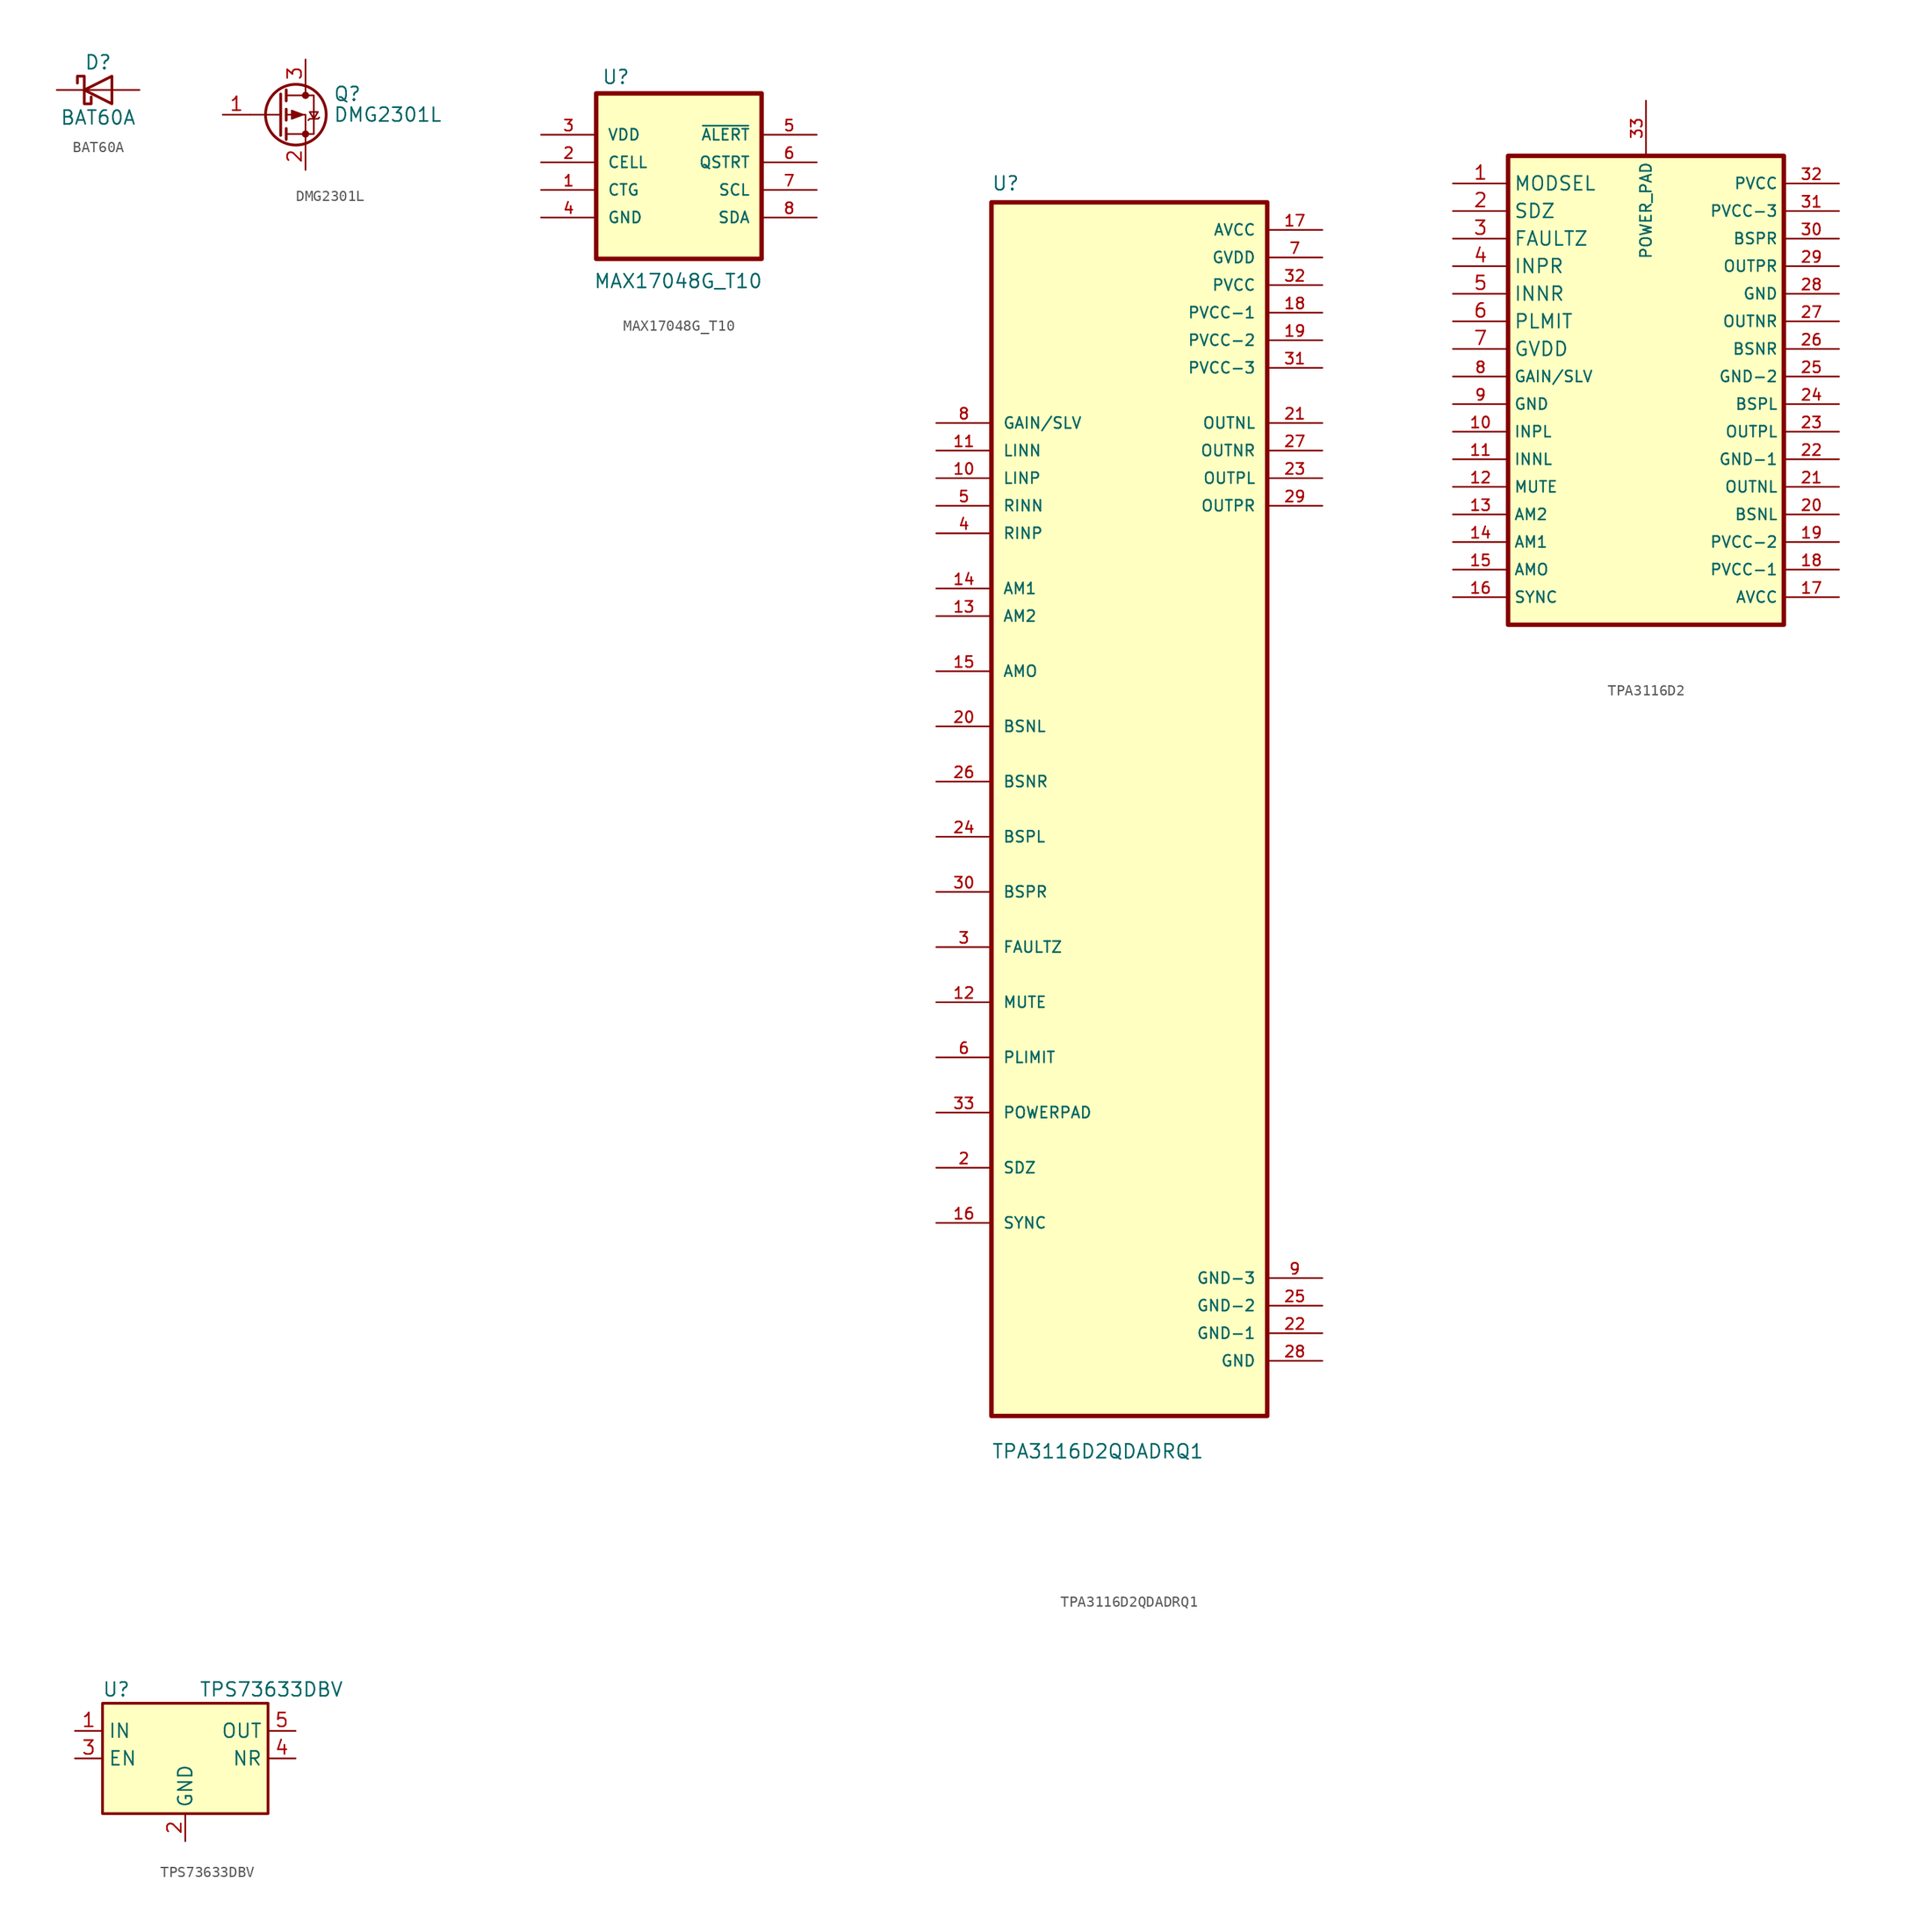
<source format=kicad_sym>
(kicad_symbol_lib
  (version 20241209)
  (generator "kicad_symbol_editor")
  (generator_version "9.0")
  (symbol "BAT60A"
    (pin_numbers
      (hide yes))
    (pin_names
      (offset 1.016)
      (hide yes))
    (property "Reference" "D"
      (at 0 2.54 0)
      (effects (font (size 1.27 1.27))))
    (property "Value" "BAT60A"
      (at 0 -2.54 0)
      (effects (font (size 1.27 1.27))))
    (symbol "BAT60A_0_1"
      (polyline (pts (xy -1.905 0.635) (xy -1.905 1.27) (xy -1.27 1.27) (xy -1.27 -1.27) (xy -0.635 -1.27) (xy -0.635 -0.635)) (stroke (width 0.254) (type default)) (fill (type none)))
      (polyline (pts (xy 1.27 1.27) (xy 1.27 -1.27) (xy -1.27 0) (xy 1.27 1.27)) (stroke (width 0.254) (type default)) (fill (type none)))
      (polyline (pts (xy 1.27 0) (xy -1.27 0)) (stroke (width 0) (type default)) (fill (type none))))
    (symbol "BAT60A_1_1"
      (pin passive line (at -3.81 0 0) (length 2.54) (name "K" (effects (font (size 1.27 1.27)))) (number "1" (effects (font (size 1.27 1.27)))))
      (pin passive line (at 3.81 0 180) (length 2.54) (name "A" (effects (font (size 1.27 1.27)))) (number "2" (effects (font (size 1.27 1.27)))))))
  (symbol "DMG2301L"
    (pin_names
      (hide yes))
    (property "Reference" "Q"
      (at 5.08 1.905 0)
      (effects (font (size 1.27 1.27)) (justify left)))
    (property "Value" "DMG2301L"
      (at 5.08 0 0)
      (effects (font (size 1.27 1.27)) (justify left)))
    (symbol "DMG2301L_0_1"
      (polyline (pts (xy 0.254 1.905) (xy 0.254 -1.905)) (stroke (width 0.254) (type default)) (fill (type none)))
      (polyline (pts (xy 0.254 0) (xy -2.54 0)) (stroke (width 0) (type default)) (fill (type none)))
      (polyline (pts (xy 0.762 2.286) (xy 0.762 1.27)) (stroke (width 0.254) (type default)) (fill (type none)))
      (polyline (pts (xy 0.762 1.778) (xy 3.302 1.778) (xy 3.302 -1.778) (xy 0.762 -1.778)) (stroke (width 0) (type default)) (fill (type none)))
      (polyline (pts (xy 0.762 0.508) (xy 0.762 -0.508)) (stroke (width 0.254) (type default)) (fill (type none)))
      (polyline (pts (xy 0.762 -1.27) (xy 0.762 -2.286)) (stroke (width 0.254) (type default)) (fill (type none)))
      (circle (center 1.651 0) (radius 2.794) (stroke (width 0.254) (type default)) (fill (type none)))
      (polyline (pts (xy 2.286 0) (xy 1.27 0.381) (xy 1.27 -0.381) (xy 2.286 0)) (stroke (width 0) (type default)) (fill (type outline)))
      (polyline (pts (xy 2.54 2.54) (xy 2.54 1.778)) (stroke (width 0) (type default)) (fill (type none)))
      (circle (center 2.54 1.778) (radius 0.254) (stroke (width 0) (type default)) (fill (type outline)))
      (circle (center 2.54 -1.778) (radius 0.254) (stroke (width 0) (type default)) (fill (type outline)))
      (polyline (pts (xy 2.54 -2.54) (xy 2.54 0) (xy 0.762 0)) (stroke (width 0) (type default)) (fill (type none)))
      (polyline (pts (xy 2.794 -0.508) (xy 2.921 -0.381) (xy 3.683 -0.381) (xy 3.81 -0.254)) (stroke (width 0) (type default)) (fill (type none)))
      (polyline (pts (xy 3.302 -0.381) (xy 2.921 0.254) (xy 3.683 0.254) (xy 3.302 -0.381)) (stroke (width 0) (type default)) (fill (type none))))
    (symbol "DMG2301L_1_1"
      (pin input line (at -5.08 0 0) (length 2.54) (name "G" (effects (font (size 1.27 1.27)))) (number "1" (effects (font (size 1.27 1.27)))))
      (pin passive line (at 2.54 5.08 270) (length 2.54) (name "D" (effects (font (size 1.27 1.27)))) (number "3" (effects (font (size 1.27 1.27)))))
      (pin passive line (at 2.54 -5.08 90) (length 2.54) (name "S" (effects (font (size 1.27 1.27)))) (number "2" (effects (font (size 1.27 1.27)))))))
  (symbol "MAX17048G_T10"
    (pin_names
      (offset 1.016))
    (property "Reference" "U"
      (at -7.112 8.382 0)
      (effects (font (size 1.27 1.27)) (justify left bottom)))
    (property "Value" "MAX17048G_T10"
      (at -7.874 -10.414 0)
      (effects (font (size 1.27 1.27)) (justify left bottom)))
    (symbol "MAX17048G_T10_0_0"
      (rectangle (start -7.62 7.62) (end 7.62 -7.62) (stroke (width 0.41) (type default)) (fill (type background)))
      (pin power_in line (at -12.7 3.81 0) (length 5.08) (name "VDD" (effects (font (size 1.016 1.016)))) (number "3" (effects (font (size 1.016 1.016)))))
      (pin power_in line (at -12.7 1.27 0) (length 5.08) (name "CELL" (effects (font (size 1.016 1.016)))) (number "2" (effects (font (size 1.016 1.016)))))
      (pin power_in line (at -12.7 -1.27 0) (length 5.08) (name "CTG" (effects (font (size 1.016 1.016)))) (number "1" (effects (font (size 1.016 1.016)))))
      (pin power_in line (at -12.7 -3.81 0) (length 5.08) (name "GND" (effects (font (size 1.016 1.016)))) (number "4" (effects (font (size 1.016 1.016)))))
      (pin output line (at 12.7 3.81 180) (length 5.08) (name "~{ALERT}" (effects (font (size 1.016 1.016)))) (number "5" (effects (font (size 1.016 1.016)))))
      (pin input line (at 12.7 1.27 180) (length 5.08) (name "QSTRT" (effects (font (size 1.016 1.016)))) (number "6" (effects (font (size 1.016 1.016)))))
      (pin input line (at 12.7 -1.27 180) (length 5.08) (name "SCL" (effects (font (size 1.016 1.016)))) (number "7" (effects (font (size 1.016 1.016)))))
      (pin bidirectional line (at 12.7 -3.81 180) (length 5.08) (name "SDA" (effects (font (size 1.016 1.016)))) (number "8" (effects (font (size 1.016 1.016)))))))
  (symbol "TPA3116D2QDADRQ1"
    (pin_names
      (offset 1.016))
    (property "Reference" "U"
      (at -12.7 56.88 0)
      (effects (font (size 1.27 1.27)) (justify left bottom)))
    (property "Value" "TPA3116D2QDADRQ1"
      (at -12.7 -59.88 0)
      (effects (font (size 1.27 1.27)) (justify left bottom)))
    (symbol "TPA3116D2QDADRQ1_0_0"
      (rectangle (start -12.7 -55.88) (end 12.7 55.88) (stroke (width 0.41) (type default)) (fill (type background)))
      (pin input line (at -17.78 35.56 0) (length 5.08) (name "GAIN/SLV" (effects (font (size 1.016 1.016)))) (number "8" (effects (font (size 1.016 1.016)))))
      (pin input line (at -17.78 33.02 0) (length 5.08) (name "LINN" (effects (font (size 1.016 1.016)))) (number "11" (effects (font (size 1.016 1.016)))))
      (pin input line (at -17.78 30.48 0) (length 5.08) (name "LINP" (effects (font (size 1.016 1.016)))) (number "10" (effects (font (size 1.016 1.016)))))
      (pin input line (at -17.78 27.94 0) (length 5.08) (name "RINN" (effects (font (size 1.016 1.016)))) (number "5" (effects (font (size 1.016 1.016)))))
      (pin input line (at -17.78 25.4 0) (length 5.08) (name "RINP" (effects (font (size 1.016 1.016)))) (number "4" (effects (font (size 1.016 1.016)))))
      (pin bidirectional line (at -17.78 20.32 0) (length 5.08) (name "AM1" (effects (font (size 1.016 1.016)))) (number "14" (effects (font (size 1.016 1.016)))))
      (pin bidirectional line (at -17.78 17.78 0) (length 5.08) (name "AM2" (effects (font (size 1.016 1.016)))) (number "13" (effects (font (size 1.016 1.016)))))
      (pin bidirectional line (at -17.78 12.7 0) (length 5.08) (name "AMO" (effects (font (size 1.016 1.016)))) (number "15" (effects (font (size 1.016 1.016)))))
      (pin bidirectional line (at -17.78 7.62 0) (length 5.08) (name "BSNL" (effects (font (size 1.016 1.016)))) (number "20" (effects (font (size 1.016 1.016)))))
      (pin bidirectional line (at -17.78 2.54 0) (length 5.08) (name "BSNR" (effects (font (size 1.016 1.016)))) (number "26" (effects (font (size 1.016 1.016)))))
      (pin bidirectional line (at -17.78 -2.54 0) (length 5.08) (name "BSPL" (effects (font (size 1.016 1.016)))) (number "24" (effects (font (size 1.016 1.016)))))
      (pin bidirectional line (at -17.78 -7.62 0) (length 5.08) (name "BSPR" (effects (font (size 1.016 1.016)))) (number "30" (effects (font (size 1.016 1.016)))))
      (pin bidirectional line (at -17.78 -12.7 0) (length 5.08) (name "FAULTZ" (effects (font (size 1.016 1.016)))) (number "3" (effects (font (size 1.016 1.016)))))
      (pin bidirectional line (at -17.78 -17.78 0) (length 5.08) (name "MUTE" (effects (font (size 1.016 1.016)))) (number "12" (effects (font (size 1.016 1.016)))))
      (pin bidirectional line (at -17.78 -22.86 0) (length 5.08) (name "PLIMIT" (effects (font (size 1.016 1.016)))) (number "6" (effects (font (size 1.016 1.016)))))
      (pin bidirectional line (at -17.78 -27.94 0) (length 5.08) (name "POWERPAD" (effects (font (size 1.016 1.016)))) (number "33" (effects (font (size 1.016 1.016)))))
      (pin bidirectional line (at -17.78 -33.02 0) (length 5.08) (name "SDZ" (effects (font (size 1.016 1.016)))) (number "2" (effects (font (size 1.016 1.016)))))
      (pin bidirectional line (at -17.78 -38.1 0) (length 5.08) (name "SYNC" (effects (font (size 1.016 1.016)))) (number "16" (effects (font (size 1.016 1.016)))))
      (pin power_in line (at 17.78 53.34 180) (length 5.08) (name "AVCC" (effects (font (size 1.016 1.016)))) (number "17" (effects (font (size 1.016 1.016)))))
      (pin power_in line (at 17.78 50.8 180) (length 5.08) (name "GVDD" (effects (font (size 1.016 1.016)))) (number "7" (effects (font (size 1.016 1.016)))))
      (pin power_in line (at 17.78 48.26 180) (length 5.08) (name "PVCC" (effects (font (size 1.016 1.016)))) (number "32" (effects (font (size 1.016 1.016)))))
      (pin power_in line (at 17.78 45.72 180) (length 5.08) (name "PVCC-1" (effects (font (size 1.016 1.016)))) (number "18" (effects (font (size 1.016 1.016)))))
      (pin power_in line (at 17.78 43.18 180) (length 5.08) (name "PVCC-2" (effects (font (size 1.016 1.016)))) (number "19" (effects (font (size 1.016 1.016)))))
      (pin power_in line (at 17.78 40.64 180) (length 5.08) (name "PVCC-3" (effects (font (size 1.016 1.016)))) (number "31" (effects (font (size 1.016 1.016)))))
      (pin output line (at 17.78 35.56 180) (length 5.08) (name "OUTNL" (effects (font (size 1.016 1.016)))) (number "21" (effects (font (size 1.016 1.016)))))
      (pin output line (at 17.78 33.02 180) (length 5.08) (name "OUTNR" (effects (font (size 1.016 1.016)))) (number "27" (effects (font (size 1.016 1.016)))))
      (pin output line (at 17.78 30.48 180) (length 5.08) (name "OUTPL" (effects (font (size 1.016 1.016)))) (number "23" (effects (font (size 1.016 1.016)))))
      (pin output line (at 17.78 27.94 180) (length 5.08) (name "OUTPR" (effects (font (size 1.016 1.016)))) (number "29" (effects (font (size 1.016 1.016)))))
      (pin power_in line (at 17.78 -43.18 180) (length 5.08) (name "GND-3" (effects (font (size 1.016 1.016)))) (number "9" (effects (font (size 1.016 1.016)))))
      (pin power_in line (at 17.78 -45.72 180) (length 5.08) (name "GND-2" (effects (font (size 1.016 1.016)))) (number "25" (effects (font (size 1.016 1.016)))))
      (pin power_in line (at 17.78 -48.26 180) (length 5.08) (name "GND-1" (effects (font (size 1.016 1.016)))) (number "22" (effects (font (size 1.016 1.016)))))
      (pin power_in line (at 17.78 -50.8 180) (length 5.08) (name "GND" (effects (font (size 1.016 1.016)))) (number "28" (effects (font (size 1.016 1.016)))))))
  (symbol "TPA3116D2"
    (property "Reference" "U"
      (at -11.43 24.13 0)
      (effects (font (size 1.27 1.27)) (hide yes)))
    (property "Value" ""
      (at 0 0 0)
      (effects (font (size 1.27 1.27))))
    (symbol "TPA3116D2_0_0"
      (rectangle (start -12.7 21.59) (end 12.7 -21.59) (stroke (width 0.41) (type default)) (fill (type background)))
      (pin input line (at -17.78 1.27 0) (length 5.08) (name "GAIN/SLV" (effects (font (size 1.016 1.016)))) (number "8" (effects (font (size 1.016 1.016)))))
      (pin input line (at -17.78 -3.81 0) (length 5.08) (name "INPL" (effects (font (size 1.016 1.016)))) (number "10" (effects (font (size 1.016 1.016)))))
      (pin input line (at -17.78 -6.35 0) (length 5.08) (name "INNL" (effects (font (size 1.016 1.016)))) (number "11" (effects (font (size 1.016 1.016)))))
      (pin bidirectional line (at -17.78 -8.89 0) (length 5.08) (name "MUTE" (effects (font (size 1.016 1.016)))) (number "12" (effects (font (size 1.016 1.016)))))
      (pin bidirectional line (at -17.78 -11.43 0) (length 5.08) (name "AM2" (effects (font (size 1.016 1.016)))) (number "13" (effects (font (size 1.016 1.016)))))
      (pin bidirectional line (at -17.78 -13.97 0) (length 5.08) (name "AM1" (effects (font (size 1.016 1.016)))) (number "14" (effects (font (size 1.016 1.016)))))
      (pin bidirectional line (at -17.78 -16.51 0) (length 5.08) (name "AMO" (effects (font (size 1.016 1.016)))) (number "15" (effects (font (size 1.016 1.016)))))
      (pin bidirectional line (at -17.78 -19.05 0) (length 5.08) (name "SYNC" (effects (font (size 1.016 1.016)))) (number "16" (effects (font (size 1.016 1.016)))))
      (pin power_in line (at 17.78 19.05 180) (length 5.08) (name "PVCC" (effects (font (size 1.016 1.016)))) (number "32" (effects (font (size 1.016 1.016)))))
      (pin power_in line (at 17.78 16.51 180) (length 5.08) (name "PVCC-3" (effects (font (size 1.016 1.016)))) (number "31" (effects (font (size 1.016 1.016)))))
      (pin bidirectional line (at 17.78 13.97 180) (length 5.08) (name "BSPR" (effects (font (size 1.016 1.016)))) (number "30" (effects (font (size 1.016 1.016)))))
      (pin output line (at 17.78 11.43 180) (length 5.08) (name "OUTPR" (effects (font (size 1.016 1.016)))) (number "29" (effects (font (size 1.016 1.016)))))
      (pin power_in line (at 17.78 8.89 180) (length 5.08) (name "GND" (effects (font (size 1.016 1.016)))) (number "28" (effects (font (size 1.016 1.016)))))
      (pin output line (at 17.78 6.35 180) (length 5.08) (name "OUTNR" (effects (font (size 1.016 1.016)))) (number "27" (effects (font (size 1.016 1.016)))))
      (pin bidirectional line (at 17.78 3.81 180) (length 5.08) (name "BSNR" (effects (font (size 1.016 1.016)))) (number "26" (effects (font (size 1.016 1.016)))))
      (pin output line (at 17.78 1.27 180) (length 5.08) (name "GND-2" (effects (font (size 1.016 1.016)))) (number "25" (effects (font (size 1.016 1.016)))))
      (pin bidirectional line (at 17.78 -1.27 180) (length 5.08) (name "BSPL" (effects (font (size 1.016 1.016)))) (number "24" (effects (font (size 1.016 1.016)))))
      (pin power_out line (at 17.78 -3.81 180) (length 5.08) (name "OUTPL" (effects (font (size 1.016 1.016)))) (number "23" (effects (font (size 1.016 1.016)))))
      (pin output line (at 17.78 -6.35 180) (length 5.08) (name "GND-1" (effects (font (size 1.016 1.016)))) (number "22" (effects (font (size 1.016 1.016)))))
      (pin power_out line (at 17.78 -8.89 180) (length 5.08) (name "OUTNL" (effects (font (size 1.016 1.016)))) (number "21" (effects (font (size 1.016 1.016)))))
      (pin bidirectional line (at 17.78 -11.43 180) (length 5.08) (name "BSNL" (effects (font (size 1.016 1.016)))) (number "20" (effects (font (size 1.016 1.016)))))
      (pin power_in line (at 17.78 -13.97 180) (length 5.08) (name "PVCC-2" (effects (font (size 1.016 1.016)))) (number "19" (effects (font (size 1.016 1.016)))))
      (pin power_in line (at 17.78 -16.51 180) (length 5.08) (name "PVCC-1" (effects (font (size 1.016 1.016)))) (number "18" (effects (font (size 1.016 1.016)))))
      (pin power_in line (at 17.78 -19.05 180) (length 5.08) (name "AVCC" (effects (font (size 1.016 1.016)))) (number "17" (effects (font (size 1.016 1.016))))))
    (symbol "TPA3116D2_1_0"
      (pin output line (at -17.78 -1.27 0) (length 5.08) (name "GND" (effects (font (size 1.016 1.016)))) (number "9" (effects (font (size 1.016 1.016)))))
      (pin input line (at 0 26.67 270) (length 5.08) (name "POWER_PAD" (effects (font (size 1.016 1.016)))) (number "33" (effects (font (size 1.016 1.016))))))
    (symbol "TPA3116D2_1_1"
      (pin input line (at -17.78 19.05 0) (length 5.08) (name "MODSEL" (effects (font (size 1.27 1.27)))) (number "1" (effects (font (size 1.27 1.27)))))
      (pin input line (at -17.78 16.51 0) (length 5.08) (name "SDZ" (effects (font (size 1.27 1.27)))) (number "2" (effects (font (size 1.27 1.27)))))
      (pin output line (at -17.78 13.97 0) (length 5.08) (name "FAULTZ" (effects (font (size 1.27 1.27)))) (number "3" (effects (font (size 1.27 1.27)))))
      (pin input line (at -17.78 11.43 0) (length 5.08) (name "INPR" (effects (font (size 1.27 1.27)))) (number "4" (effects (font (size 1.27 1.27)))))
      (pin input line (at -17.78 8.89 0) (length 5.08) (name "INNR" (effects (font (size 1.27 1.27)))) (number "5" (effects (font (size 1.27 1.27)))))
      (pin input line (at -17.78 6.35 0) (length 5.08) (name "PLMIT" (effects (font (size 1.27 1.27)))) (number "6" (effects (font (size 1.27 1.27)))))
      (pin power_out line (at -17.78 3.81 0) (length 5.08) (name "GVDD" (effects (font (size 1.27 1.27)))) (number "7" (effects (font (size 1.27 1.27)))))))
  (symbol "TPS73633DBV"
    (property "Reference" "U"
      (at -6.35 6.35 0)
      (effects (font (size 1.27 1.27))))
    (property "Value" "TPS73633DBV"
      (at 1.27 6.35 0)
      (effects (font (size 1.27 1.27)) (justify left)))
    (symbol "TPS73633DBV_0_1"
      (rectangle (start -7.62 -5.08) (end 7.62 5.08) (stroke (width 0.254) (type default)) (fill (type background))))
    (symbol "TPS73633DBV_1_1"
      (pin power_in line (at -10.16 2.54 0) (length 2.54) (name "IN" (effects (font (size 1.27 1.27)))) (number "1" (effects (font (size 1.27 1.27)))))
      (pin input line (at -10.16 0 0) (length 2.54) (name "EN" (effects (font (size 1.27 1.27)))) (number "3" (effects (font (size 1.27 1.27)))))
      (pin power_in line (at 0 -7.62 90) (length 2.54) (name "GND" (effects (font (size 1.27 1.27)))) (number "2" (effects (font (size 1.27 1.27)))))
      (pin power_out line (at 10.16 2.54 180) (length 2.54) (name "OUT" (effects (font (size 1.27 1.27)))) (number "5" (effects (font (size 1.27 1.27)))))
      (pin passive line (at 10.16 0 180) (length 2.54) (name "NR" (effects (font (size 1.27 1.27)))) (number "4" (effects (font (size 1.27 1.27))))))))
</source>
